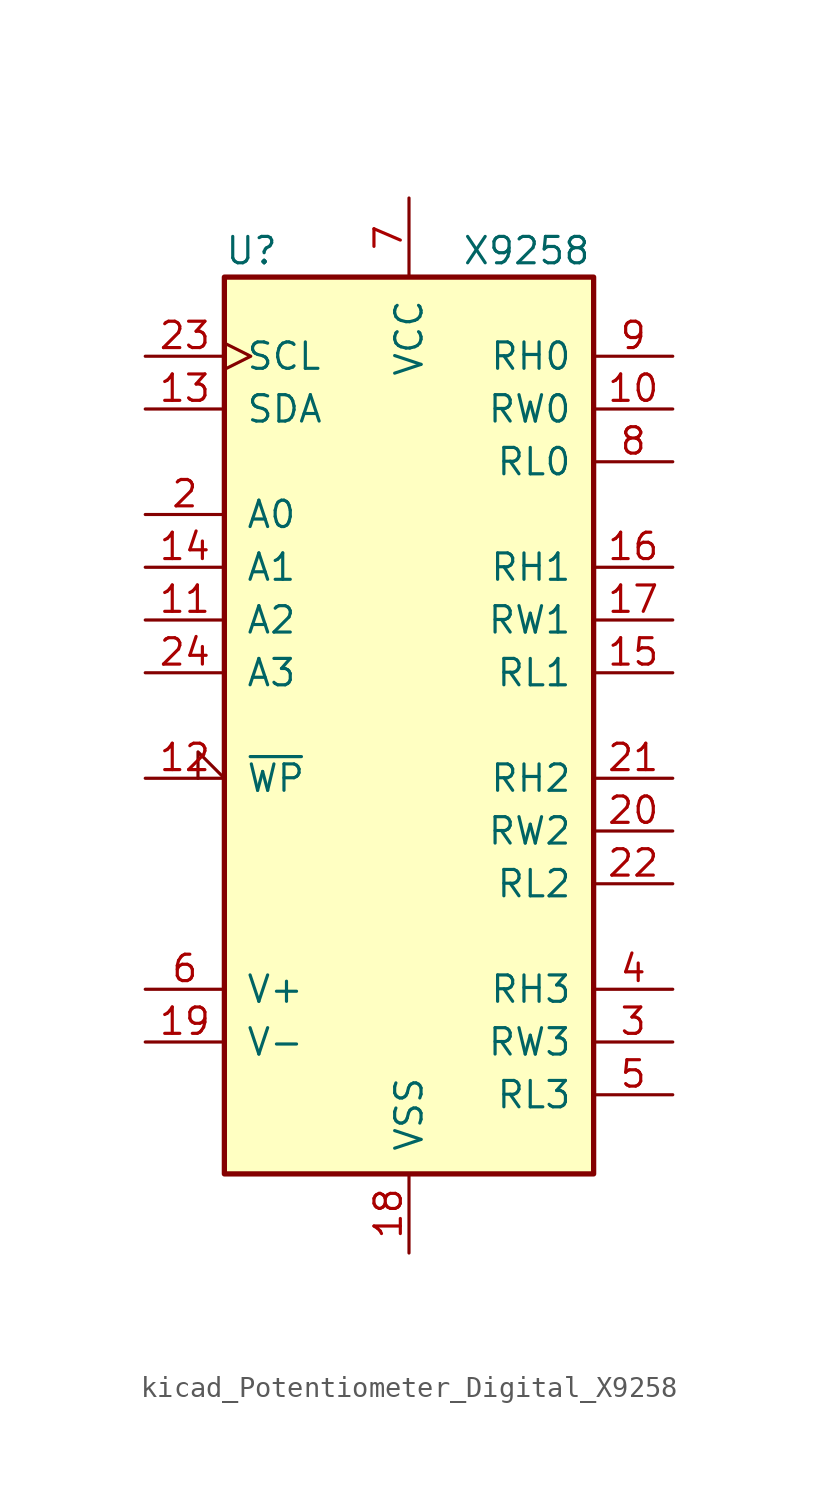
<source format=kicad_sym>
(kicad_symbol_lib
  (version 20220914)
  (generator kicad_symbol_editor)
  (symbol "kicad_Potentiometer_Digital_X9258"
    (pin_names
      (offset 1.016))
    (property "Reference" "U"
      (at -8.89 22.86 0)
      (effects (font (size 1.27 1.27)) (justify left)))
    (property "Value" "X9258"
      (at 2.54 22.86 0)
      (effects (font (size 1.27 1.27)) (justify left)))
    (symbol "kicad_Potentiometer_Digital_X9258_0_0"
      (pin input line (at -12.7 5.08 0) (length 3.81) (name "A2" (effects (font (size 1.27 1.27)))) (number "11" (effects (font (size 1.27 1.27)))))
      (pin bidirectional line (at -12.7 15.24 0) (length 3.81) (name "SDA" (effects (font (size 1.27 1.27)))) (number "13" (effects (font (size 1.27 1.27)))))
      (pin input line (at -12.7 7.62 0) (length 3.81) (name "A1" (effects (font (size 1.27 1.27)))) (number "14" (effects (font (size 1.27 1.27)))))
      (pin power_in line (at 0 -25.4 90) (length 3.81) (name "VSS" (effects (font (size 1.27 1.27)))) (number "18" (effects (font (size 1.27 1.27)))))
      (pin passive line (at -12.7 -15.24 0) (length 3.81) (name "V-" (effects (font (size 1.27 1.27)))) (number "19" (effects (font (size 1.27 1.27)))))
      (pin input line (at -12.7 10.16 0) (length 3.81) (name "A0" (effects (font (size 1.27 1.27)))) (number "2" (effects (font (size 1.27 1.27)))))
      (pin input clock (at -12.7 17.78 0) (length 3.81) (name "SCL" (effects (font (size 1.27 1.27)))) (number "23" (effects (font (size 1.27 1.27)))))
      (pin input line (at -12.7 2.54 0) (length 3.81) (name "A3" (effects (font (size 1.27 1.27)))) (number "24" (effects (font (size 1.27 1.27)))))
      (pin passive line (at -12.7 -12.7 0) (length 3.81) (name "V+" (effects (font (size 1.27 1.27)))) (number "6" (effects (font (size 1.27 1.27)))))
      (pin power_in line (at 0 25.4 270) (length 3.81) (name "VCC" (effects (font (size 1.27 1.27)))) (number "7" (effects (font (size 1.27 1.27))))))
    (symbol "kicad_Potentiometer_Digital_X9258_0_1"
      (rectangle (start -8.89 21.59) (end 8.89 -21.59) (stroke (width 0.254) (type default)) (fill (type background))))
    (symbol "kicad_Potentiometer_Digital_X9258_1_1"
      (pin passive line (at 12.7 15.24 180) (length 3.81) (name "RW0" (effects (font (size 1.27 1.27)))) (number "10" (effects (font (size 1.27 1.27)))))
      (pin input input_low (at -12.7 -2.54 0) (length 3.81) (name "~{WP}" (effects (font (size 1.27 1.27)))) (number "12" (effects (font (size 1.27 1.27)))))
      (pin passive line (at 12.7 2.54 180) (length 3.81) (name "RL1" (effects (font (size 1.27 1.27)))) (number "15" (effects (font (size 1.27 1.27)))))
      (pin passive line (at 12.7 7.62 180) (length 3.81) (name "RH1" (effects (font (size 1.27 1.27)))) (number "16" (effects (font (size 1.27 1.27)))))
      (pin passive line (at 12.7 5.08 180) (length 3.81) (name "RW1" (effects (font (size 1.27 1.27)))) (number "17" (effects (font (size 1.27 1.27)))))
      (pin passive line (at 12.7 -5.08 180) (length 3.81) (name "RW2" (effects (font (size 1.27 1.27)))) (number "20" (effects (font (size 1.27 1.27)))))
      (pin passive line (at 12.7 -2.54 180) (length 3.81) (name "RH2" (effects (font (size 1.27 1.27)))) (number "21" (effects (font (size 1.27 1.27)))))
      (pin passive line (at 12.7 -7.62 180) (length 3.81) (name "RL2" (effects (font (size 1.27 1.27)))) (number "22" (effects (font (size 1.27 1.27)))))
      (pin passive line (at 12.7 -15.24 180) (length 3.81) (name "RW3" (effects (font (size 1.27 1.27)))) (number "3" (effects (font (size 1.27 1.27)))))
      (pin passive line (at 12.7 -12.7 180) (length 3.81) (name "RH3" (effects (font (size 1.27 1.27)))) (number "4" (effects (font (size 1.27 1.27)))))
      (pin passive line (at 12.7 -17.78 180) (length 3.81) (name "RL3" (effects (font (size 1.27 1.27)))) (number "5" (effects (font (size 1.27 1.27)))))
      (pin passive line (at 12.7 12.7 180) (length 3.81) (name "RL0" (effects (font (size 1.27 1.27)))) (number "8" (effects (font (size 1.27 1.27)))))
      (pin passive line (at 12.7 17.78 180) (length 3.81) (name "RH0" (effects (font (size 1.27 1.27)))) (number "9" (effects (font (size 1.27 1.27))))))))
</source>
